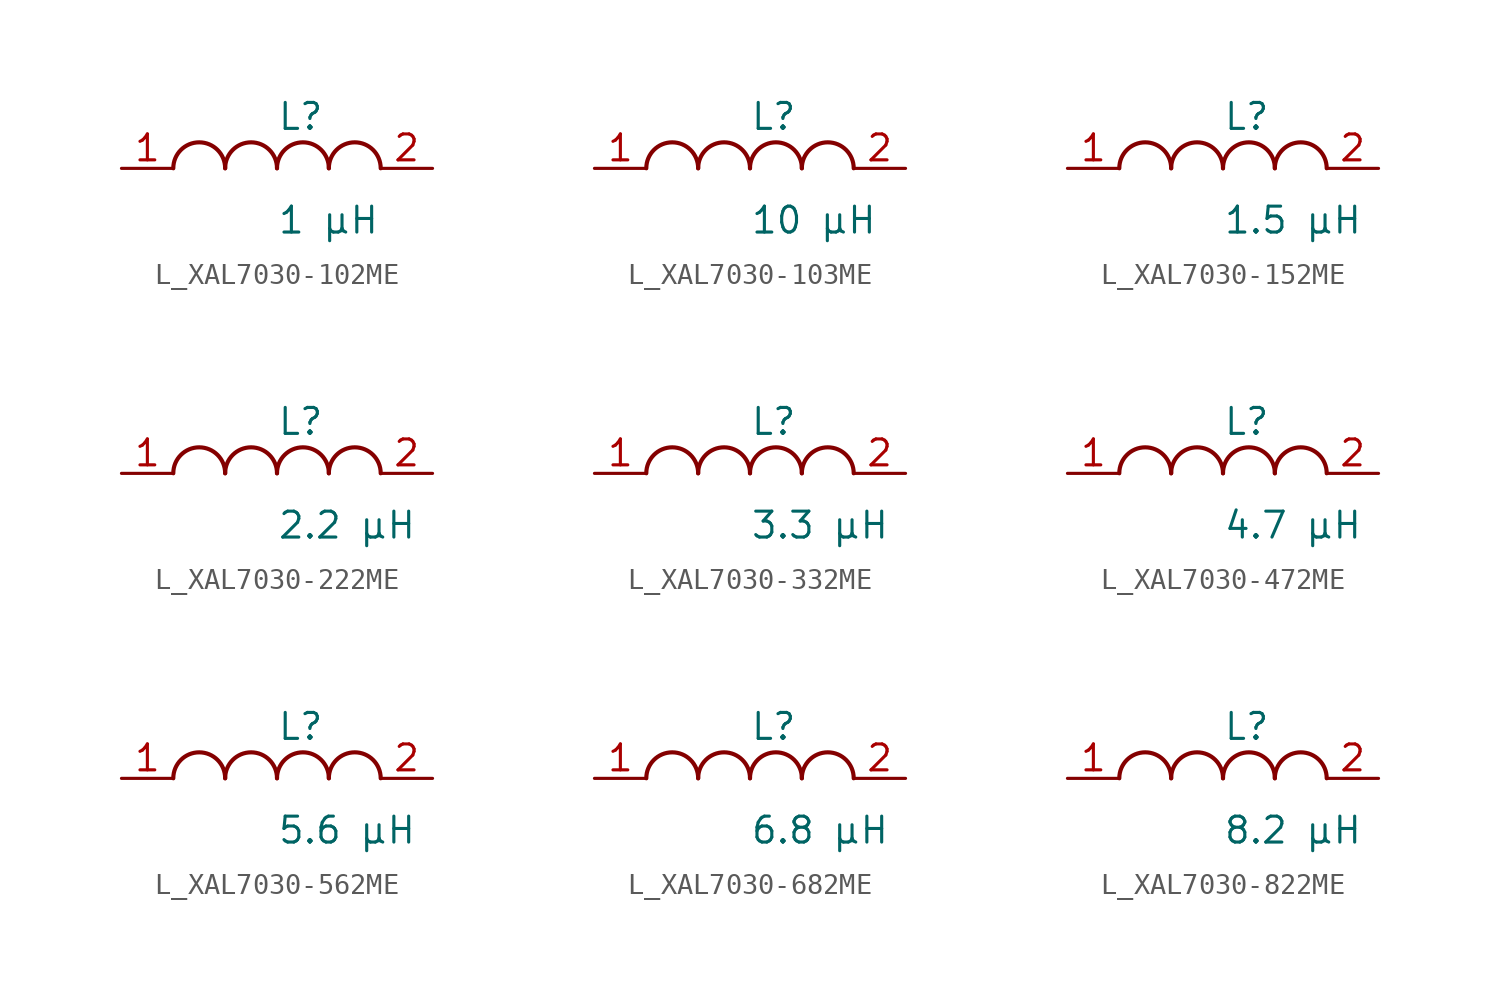
<source format=kicad_sym>
(kicad_symbol_lib
  (version 20231120)
  (generator kicad_symbol_editor)
  (generator_version 8.0)
  (symbol "L_XAL7030-102ME"
    (pin_names
      (offset 0.254))
    (property "Reference" "L"
      (at 0 2.54 0)
      (effects (font (size 1.27 1.27)) (justify left)))
    (property "Value" "1 µH"
      (at 0 -2.54 0)
      (effects (font (size 1.27 1.27)) (justify left)))
    (symbol "L_XAL7030-102ME_1_1"
      (arc (start -2.54 0.0056) (mid -3.81 1.27) (end -5.08 0.0056) (stroke (width 0.2032) (type default)) (fill (type none)))
      (arc (start 0 0.0056) (mid -1.27 1.27) (end -2.54 0.0056) (stroke (width 0.2032) (type default)) (fill (type none)))
      (arc (start 2.54 0.0056) (mid 1.27 1.27) (end 0 0.0056) (stroke (width 0.2032) (type default)) (fill (type none)))
      (arc (start 5.08 0.0056) (mid 3.81 1.27) (end 2.54 0.0056) (stroke (width 0.2032) (type default)) (fill (type none)))
      (pin unspecified line (at -7.62 0 0) (length 2.54) (name "" (effects (font (size 1.27 1.27)))) (number "1" (effects (font (size 1.27 1.27)))))
      (pin unspecified line (at 7.62 0 180) (length 2.54) (name "" (effects (font (size 1.27 1.27)))) (number "2" (effects (font (size 1.27 1.27)))))))
  (symbol "L_XAL7030-103ME"
    (pin_names
      (offset 0.254))
    (property "Reference" "L"
      (at 0 2.54 0)
      (effects (font (size 1.27 1.27)) (justify left)))
    (property "Value" "10 µH"
      (at 0 -2.54 0)
      (effects (font (size 1.27 1.27)) (justify left)))
    (symbol "L_XAL7030-103ME_1_1"
      (arc (start -2.54 0.0056) (mid -3.81 1.27) (end -5.08 0.0056) (stroke (width 0.2032) (type default)) (fill (type none)))
      (arc (start 0 0.0056) (mid -1.27 1.27) (end -2.54 0.0056) (stroke (width 0.2032) (type default)) (fill (type none)))
      (arc (start 2.54 0.0056) (mid 1.27 1.27) (end 0 0.0056) (stroke (width 0.2032) (type default)) (fill (type none)))
      (arc (start 5.08 0.0056) (mid 3.81 1.27) (end 2.54 0.0056) (stroke (width 0.2032) (type default)) (fill (type none)))
      (pin unspecified line (at -7.62 0 0) (length 2.54) (name "" (effects (font (size 1.27 1.27)))) (number "1" (effects (font (size 1.27 1.27)))))
      (pin unspecified line (at 7.62 0 180) (length 2.54) (name "" (effects (font (size 1.27 1.27)))) (number "2" (effects (font (size 1.27 1.27)))))))
  (symbol "L_XAL7030-152ME"
    (pin_names
      (offset 0.254))
    (property "Reference" "L"
      (at 0 2.54 0)
      (effects (font (size 1.27 1.27)) (justify left)))
    (property "Value" "1.5 µH"
      (at 0 -2.54 0)
      (effects (font (size 1.27 1.27)) (justify left)))
    (symbol "L_XAL7030-152ME_1_1"
      (arc (start -2.54 0.0056) (mid -3.81 1.27) (end -5.08 0.0056) (stroke (width 0.2032) (type default)) (fill (type none)))
      (arc (start 0 0.0056) (mid -1.27 1.27) (end -2.54 0.0056) (stroke (width 0.2032) (type default)) (fill (type none)))
      (arc (start 2.54 0.0056) (mid 1.27 1.27) (end 0 0.0056) (stroke (width 0.2032) (type default)) (fill (type none)))
      (arc (start 5.08 0.0056) (mid 3.81 1.27) (end 2.54 0.0056) (stroke (width 0.2032) (type default)) (fill (type none)))
      (pin unspecified line (at -7.62 0 0) (length 2.54) (name "" (effects (font (size 1.27 1.27)))) (number "1" (effects (font (size 1.27 1.27)))))
      (pin unspecified line (at 7.62 0 180) (length 2.54) (name "" (effects (font (size 1.27 1.27)))) (number "2" (effects (font (size 1.27 1.27)))))))
  (symbol "L_XAL7030-222ME"
    (pin_names
      (offset 0.254))
    (property "Reference" "L"
      (at 0 2.54 0)
      (effects (font (size 1.27 1.27)) (justify left)))
    (property "Value" "2.2 µH"
      (at 0 -2.54 0)
      (effects (font (size 1.27 1.27)) (justify left)))
    (symbol "L_XAL7030-222ME_1_1"
      (arc (start -2.54 0.0056) (mid -3.81 1.27) (end -5.08 0.0056) (stroke (width 0.2032) (type default)) (fill (type none)))
      (arc (start 0 0.0056) (mid -1.27 1.27) (end -2.54 0.0056) (stroke (width 0.2032) (type default)) (fill (type none)))
      (arc (start 2.54 0.0056) (mid 1.27 1.27) (end 0 0.0056) (stroke (width 0.2032) (type default)) (fill (type none)))
      (arc (start 5.08 0.0056) (mid 3.81 1.27) (end 2.54 0.0056) (stroke (width 0.2032) (type default)) (fill (type none)))
      (pin unspecified line (at -7.62 0 0) (length 2.54) (name "" (effects (font (size 1.27 1.27)))) (number "1" (effects (font (size 1.27 1.27)))))
      (pin unspecified line (at 7.62 0 180) (length 2.54) (name "" (effects (font (size 1.27 1.27)))) (number "2" (effects (font (size 1.27 1.27)))))))
  (symbol "L_XAL7030-332ME"
    (pin_names
      (offset 0.254))
    (property "Reference" "L"
      (at 0 2.54 0)
      (effects (font (size 1.27 1.27)) (justify left)))
    (property "Value" "3.3 µH"
      (at 0 -2.54 0)
      (effects (font (size 1.27 1.27)) (justify left)))
    (symbol "L_XAL7030-332ME_1_1"
      (arc (start -2.54 0.0056) (mid -3.81 1.27) (end -5.08 0.0056) (stroke (width 0.2032) (type default)) (fill (type none)))
      (arc (start 0 0.0056) (mid -1.27 1.27) (end -2.54 0.0056) (stroke (width 0.2032) (type default)) (fill (type none)))
      (arc (start 2.54 0.0056) (mid 1.27 1.27) (end 0 0.0056) (stroke (width 0.2032) (type default)) (fill (type none)))
      (arc (start 5.08 0.0056) (mid 3.81 1.27) (end 2.54 0.0056) (stroke (width 0.2032) (type default)) (fill (type none)))
      (pin unspecified line (at -7.62 0 0) (length 2.54) (name "" (effects (font (size 1.27 1.27)))) (number "1" (effects (font (size 1.27 1.27)))))
      (pin unspecified line (at 7.62 0 180) (length 2.54) (name "" (effects (font (size 1.27 1.27)))) (number "2" (effects (font (size 1.27 1.27)))))))
  (symbol "L_XAL7030-472ME"
    (pin_names
      (offset 0.254))
    (property "Reference" "L"
      (at 0 2.54 0)
      (effects (font (size 1.27 1.27)) (justify left)))
    (property "Value" "4.7 µH"
      (at 0 -2.54 0)
      (effects (font (size 1.27 1.27)) (justify left)))
    (symbol "L_XAL7030-472ME_1_1"
      (arc (start -2.54 0.0056) (mid -3.81 1.27) (end -5.08 0.0056) (stroke (width 0.2032) (type default)) (fill (type none)))
      (arc (start 0 0.0056) (mid -1.27 1.27) (end -2.54 0.0056) (stroke (width 0.2032) (type default)) (fill (type none)))
      (arc (start 2.54 0.0056) (mid 1.27 1.27) (end 0 0.0056) (stroke (width 0.2032) (type default)) (fill (type none)))
      (arc (start 5.08 0.0056) (mid 3.81 1.27) (end 2.54 0.0056) (stroke (width 0.2032) (type default)) (fill (type none)))
      (pin unspecified line (at -7.62 0 0) (length 2.54) (name "" (effects (font (size 1.27 1.27)))) (number "1" (effects (font (size 1.27 1.27)))))
      (pin unspecified line (at 7.62 0 180) (length 2.54) (name "" (effects (font (size 1.27 1.27)))) (number "2" (effects (font (size 1.27 1.27)))))))
  (symbol "L_XAL7030-562ME"
    (pin_names
      (offset 0.254))
    (property "Reference" "L"
      (at 0 2.54 0)
      (effects (font (size 1.27 1.27)) (justify left)))
    (property "Value" "5.6 µH"
      (at 0 -2.54 0)
      (effects (font (size 1.27 1.27)) (justify left)))
    (symbol "L_XAL7030-562ME_1_1"
      (arc (start -2.54 0.0056) (mid -3.81 1.27) (end -5.08 0.0056) (stroke (width 0.2032) (type default)) (fill (type none)))
      (arc (start 0 0.0056) (mid -1.27 1.27) (end -2.54 0.0056) (stroke (width 0.2032) (type default)) (fill (type none)))
      (arc (start 2.54 0.0056) (mid 1.27 1.27) (end 0 0.0056) (stroke (width 0.2032) (type default)) (fill (type none)))
      (arc (start 5.08 0.0056) (mid 3.81 1.27) (end 2.54 0.0056) (stroke (width 0.2032) (type default)) (fill (type none)))
      (pin unspecified line (at -7.62 0 0) (length 2.54) (name "" (effects (font (size 1.27 1.27)))) (number "1" (effects (font (size 1.27 1.27)))))
      (pin unspecified line (at 7.62 0 180) (length 2.54) (name "" (effects (font (size 1.27 1.27)))) (number "2" (effects (font (size 1.27 1.27)))))))
  (symbol "L_XAL7030-682ME"
    (pin_names
      (offset 0.254))
    (property "Reference" "L"
      (at 0 2.54 0)
      (effects (font (size 1.27 1.27)) (justify left)))
    (property "Value" "6.8 µH"
      (at 0 -2.54 0)
      (effects (font (size 1.27 1.27)) (justify left)))
    (symbol "L_XAL7030-682ME_1_1"
      (arc (start -2.54 0.0056) (mid -3.81 1.27) (end -5.08 0.0056) (stroke (width 0.2032) (type default)) (fill (type none)))
      (arc (start 0 0.0056) (mid -1.27 1.27) (end -2.54 0.0056) (stroke (width 0.2032) (type default)) (fill (type none)))
      (arc (start 2.54 0.0056) (mid 1.27 1.27) (end 0 0.0056) (stroke (width 0.2032) (type default)) (fill (type none)))
      (arc (start 5.08 0.0056) (mid 3.81 1.27) (end 2.54 0.0056) (stroke (width 0.2032) (type default)) (fill (type none)))
      (pin unspecified line (at -7.62 0 0) (length 2.54) (name "" (effects (font (size 1.27 1.27)))) (number "1" (effects (font (size 1.27 1.27)))))
      (pin unspecified line (at 7.62 0 180) (length 2.54) (name "" (effects (font (size 1.27 1.27)))) (number "2" (effects (font (size 1.27 1.27)))))))
  (symbol "L_XAL7030-822ME"
    (pin_names
      (offset 0.254))
    (property "Reference" "L"
      (at 0 2.54 0)
      (effects (font (size 1.27 1.27)) (justify left)))
    (property "Value" "8.2 µH"
      (at 0 -2.54 0)
      (effects (font (size 1.27 1.27)) (justify left)))
    (symbol "L_XAL7030-822ME_1_1"
      (arc (start -2.54 0.0056) (mid -3.81 1.27) (end -5.08 0.0056) (stroke (width 0.2032) (type default)) (fill (type none)))
      (arc (start 0 0.0056) (mid -1.27 1.27) (end -2.54 0.0056) (stroke (width 0.2032) (type default)) (fill (type none)))
      (arc (start 2.54 0.0056) (mid 1.27 1.27) (end 0 0.0056) (stroke (width 0.2032) (type default)) (fill (type none)))
      (arc (start 5.08 0.0056) (mid 3.81 1.27) (end 2.54 0.0056) (stroke (width 0.2032) (type default)) (fill (type none)))
      (pin unspecified line (at -7.62 0 0) (length 2.54) (name "" (effects (font (size 1.27 1.27)))) (number "1" (effects (font (size 1.27 1.27)))))
      (pin unspecified line (at 7.62 0 180) (length 2.54) (name "" (effects (font (size 1.27 1.27)))) (number "2" (effects (font (size 1.27 1.27))))))))
</source>
